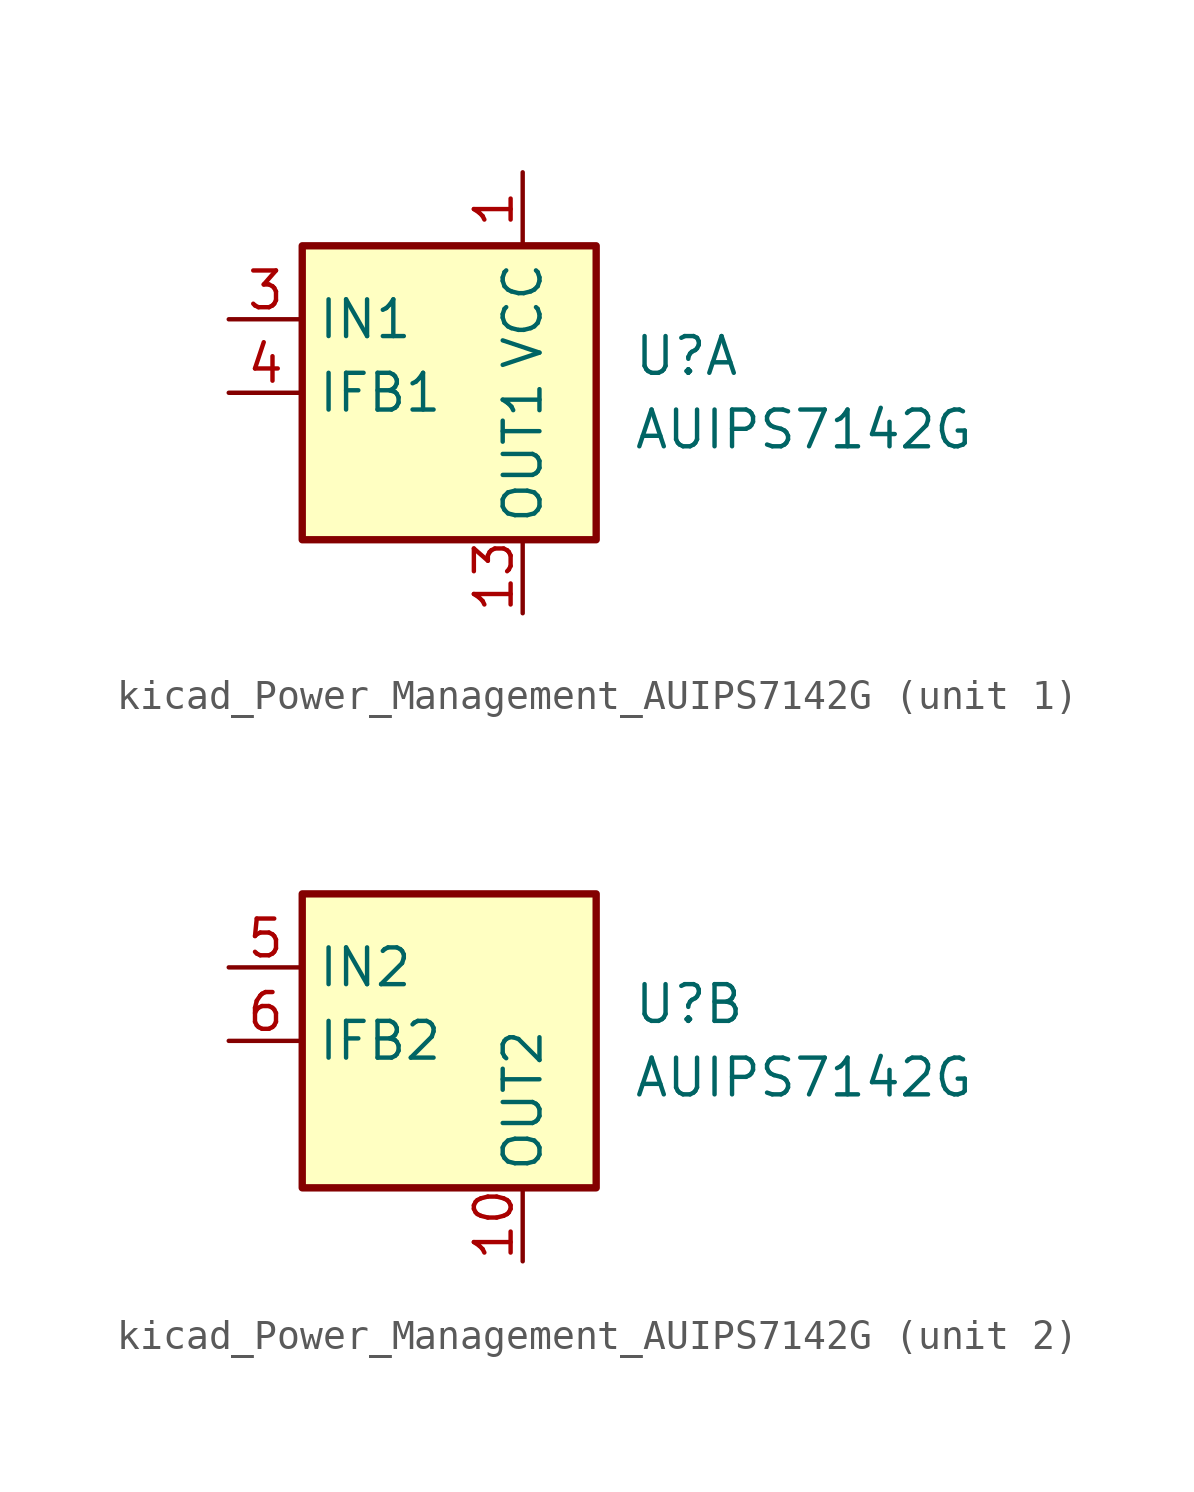
<source format=kicad_sym>
(kicad_symbol_lib
  (version 20220914)
  (generator kicad_symbol_editor)
  (symbol "kicad_Power_Management_AUIPS7142G"
    (property "Reference" "U"
      (at 3.81 1.27 0)
      (effects (font (size 1.27 1.27)) (justify left)))
    (property "Value" "AUIPS7142G"
      (at 3.81 -1.27 0)
      (effects (font (size 1.27 1.27)) (justify left)))
    (symbol "kicad_Power_Management_AUIPS7142G_0_1"
      (rectangle (start -7.62 5.08) (end 2.54 -5.08) (stroke (width 0.254) (type default)) (fill (type background))))
    (symbol "kicad_Power_Management_AUIPS7142G_1_1"
      (pin power_in line (at 0 7.62 270) (length 2.54) (name "VCC" (effects (font (size 1.27 1.27)))) (number "1" (effects (font (size 1.27 1.27)))))
      (pin power_out line (at 0 -7.62 90) (length 2.54) (name "OUT1" (effects (font (size 1.27 1.27)))) (number "13" (effects (font (size 1.27 1.27)))))
      (pin passive line (at 0 -7.62 90) (length 2.54) hide (name "OUT1" (effects (font (size 1.27 1.27)))) (number "14" (effects (font (size 1.27 1.27)))))
      (pin passive line (at 0 -7.62 90) (length 2.54) hide (name "OUT1" (effects (font (size 1.27 1.27)))) (number "15" (effects (font (size 1.27 1.27)))))
      (pin passive line (at 0 7.62 270) (length 2.54) hide (name "VCC" (effects (font (size 1.27 1.27)))) (number "16" (effects (font (size 1.27 1.27)))))
      (pin passive line (at 0 7.62 270) (length 2.54) hide (name "VCC" (effects (font (size 1.27 1.27)))) (number "2" (effects (font (size 1.27 1.27)))))
      (pin input line (at -10.16 2.54 0) (length 2.54) (name "IN1" (effects (font (size 1.27 1.27)))) (number "3" (effects (font (size 1.27 1.27)))))
      (pin output line (at -10.16 0 0) (length 2.54) (name "IFB1" (effects (font (size 1.27 1.27)))) (number "4" (effects (font (size 1.27 1.27)))))
      (pin passive line (at 0 7.62 270) (length 2.54) hide (name "VCC" (effects (font (size 1.27 1.27)))) (number "7" (effects (font (size 1.27 1.27)))))
      (pin passive line (at 0 7.62 270) (length 2.54) hide (name "VCC" (effects (font (size 1.27 1.27)))) (number "8" (effects (font (size 1.27 1.27)))))
      (pin passive line (at 0 7.62 270) (length 2.54) hide (name "VCC" (effects (font (size 1.27 1.27)))) (number "9" (effects (font (size 1.27 1.27))))))
    (symbol "kicad_Power_Management_AUIPS7142G_2_1"
      (pin power_out line (at 0 -7.62 90) (length 2.54) (name "OUT2" (effects (font (size 1.27 1.27)))) (number "10" (effects (font (size 1.27 1.27)))))
      (pin passive line (at 0 -7.62 90) (length 2.54) hide (name "OUT2" (effects (font (size 1.27 1.27)))) (number "11" (effects (font (size 1.27 1.27)))))
      (pin passive line (at 0 -7.62 90) (length 2.54) hide (name "OUT2" (effects (font (size 1.27 1.27)))) (number "12" (effects (font (size 1.27 1.27)))))
      (pin input line (at -10.16 2.54 0) (length 2.54) (name "IN2" (effects (font (size 1.27 1.27)))) (number "5" (effects (font (size 1.27 1.27)))))
      (pin output line (at -10.16 0 0) (length 2.54) (name "IFB2" (effects (font (size 1.27 1.27)))) (number "6" (effects (font (size 1.27 1.27))))))))
</source>
